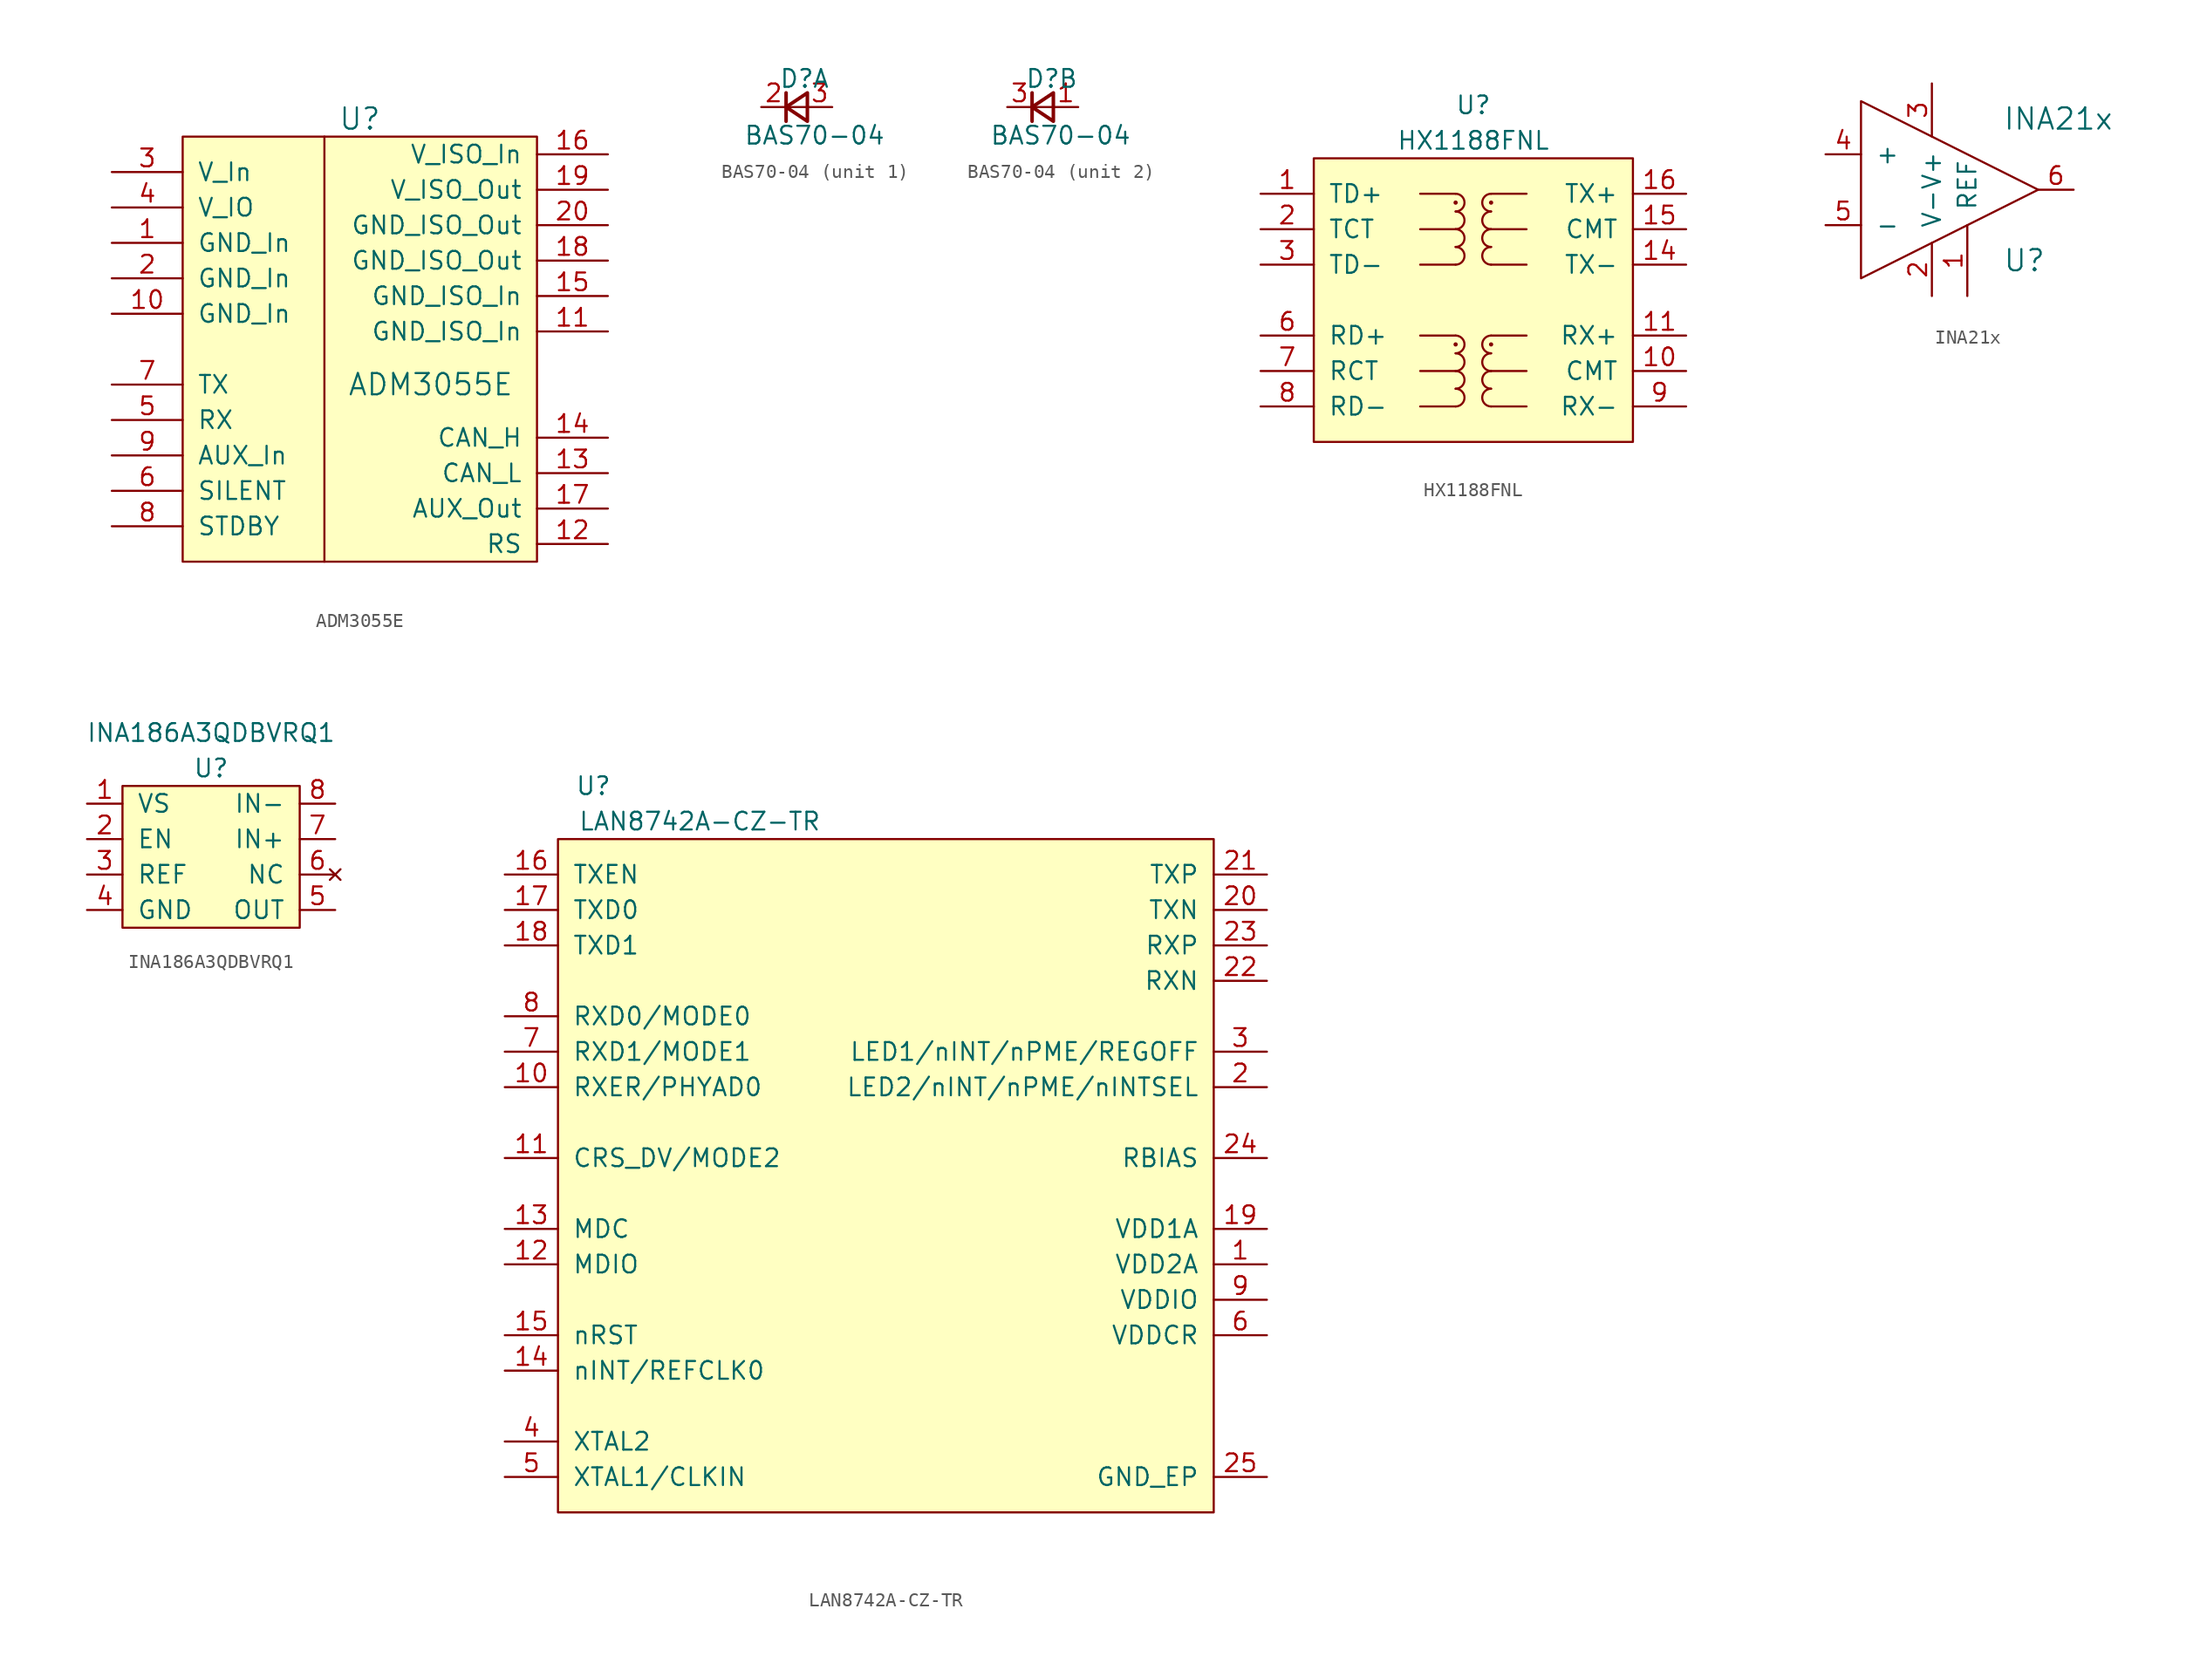
<source format=kicad_sym>
(kicad_symbol_lib
  (version 20231120)
  (generator "kicad_symbol_editor")
  (generator_version "8.0")
  (symbol "ADM3055E"
    (pin_names
      (offset 1.016))
    (property "Reference" "U"
      (at 0 16.51 0)
      (effects (font (size 1.524 1.524))))
    (property "Value" "ADM3055E"
      (at 5.08 -2.54 0)
      (effects (font (size 1.524 1.524))))
    (symbol "ADM3055E_0_1"
      (rectangle (start -12.7 15.24) (end 12.7 -15.24) (stroke (width 0) (type solid)) (fill (type background)))
      (polyline (pts (xy -2.54 15.24) (xy -2.54 -15.24)) (stroke (width 0) (type solid)) (fill (type none))))
    (symbol "ADM3055E_1_1"
      (pin power_in line (at -17.78 7.62 0) (length 5.08) (name "GND_In" (effects (font (size 1.27 1.27)))) (number "1" (effects (font (size 1.27 1.27)))))
      (pin power_in line (at -17.78 2.54 0) (length 5.08) (name "GND_In" (effects (font (size 1.27 1.27)))) (number "10" (effects (font (size 1.27 1.27)))))
      (pin power_in line (at 17.78 1.27 180) (length 5.08) (name "GND_ISO_In" (effects (font (size 1.27 1.27)))) (number "11" (effects (font (size 1.27 1.27)))))
      (pin input line (at 17.78 -13.97 180) (length 5.08) (name "RS" (effects (font (size 1.27 1.27)))) (number "12" (effects (font (size 1.27 1.27)))))
      (pin bidirectional line (at 17.78 -8.89 180) (length 5.08) (name "CAN_L" (effects (font (size 1.27 1.27)))) (number "13" (effects (font (size 1.27 1.27)))))
      (pin bidirectional line (at 17.78 -6.35 180) (length 5.08) (name "CAN_H" (effects (font (size 1.27 1.27)))) (number "14" (effects (font (size 1.27 1.27)))))
      (pin power_in line (at 17.78 3.81 180) (length 5.08) (name "GND_ISO_In" (effects (font (size 1.27 1.27)))) (number "15" (effects (font (size 1.27 1.27)))))
      (pin power_in line (at 17.78 13.97 180) (length 5.08) (name "V_ISO_In" (effects (font (size 1.27 1.27)))) (number "16" (effects (font (size 1.27 1.27)))))
      (pin output line (at 17.78 -11.43 180) (length 5.08) (name "AUX_Out" (effects (font (size 1.27 1.27)))) (number "17" (effects (font (size 1.27 1.27)))))
      (pin power_out line (at 17.78 6.35 180) (length 5.08) (name "GND_ISO_Out" (effects (font (size 1.27 1.27)))) (number "18" (effects (font (size 1.27 1.27)))))
      (pin power_out line (at 17.78 11.43 180) (length 5.08) (name "V_ISO_Out" (effects (font (size 1.27 1.27)))) (number "19" (effects (font (size 1.27 1.27)))))
      (pin power_in line (at -17.78 5.08 0) (length 5.08) (name "GND_In" (effects (font (size 1.27 1.27)))) (number "2" (effects (font (size 1.27 1.27)))))
      (pin power_out line (at 17.78 8.89 180) (length 5.08) (name "GND_ISO_Out" (effects (font (size 1.27 1.27)))) (number "20" (effects (font (size 1.27 1.27)))))
      (pin power_in line (at -17.78 12.7 0) (length 5.08) (name "V_In" (effects (font (size 1.27 1.27)))) (number "3" (effects (font (size 1.27 1.27)))))
      (pin power_in line (at -17.78 10.16 0) (length 5.08) (name "V_IO" (effects (font (size 1.27 1.27)))) (number "4" (effects (font (size 1.27 1.27)))))
      (pin output line (at -17.78 -5.08 0) (length 5.08) (name "RX" (effects (font (size 1.27 1.27)))) (number "5" (effects (font (size 1.27 1.27)))))
      (pin input line (at -17.78 -10.16 0) (length 5.08) (name "SILENT" (effects (font (size 1.27 1.27)))) (number "6" (effects (font (size 1.27 1.27)))))
      (pin input line (at -17.78 -2.54 0) (length 5.08) (name "TX" (effects (font (size 1.27 1.27)))) (number "7" (effects (font (size 1.27 1.27)))))
      (pin input line (at -17.78 -12.7 0) (length 5.08) (name "STDBY" (effects (font (size 1.27 1.27)))) (number "8" (effects (font (size 1.27 1.27)))))
      (pin input line (at -17.78 -7.62 0) (length 5.08) (name "AUX_In" (effects (font (size 1.27 1.27)))) (number "9" (effects (font (size 1.27 1.27)))))))
  (symbol "BAS70-04"
    (pin_names
      (offset 0.254) hide)
    (property "Reference" "D"
      (at -1.27 2.032 0)
      (effects (font (size 1.27 1.27)) (justify left)))
    (property "Value" "BAS70-04"
      (at -3.81 -2.032 0)
      (effects (font (size 1.27 1.27)) (justify left)))
    (property "ki_locked" ""
      (at 0 0 0)
      (effects (font (size 1.27 1.27))))
    (symbol "BAS70-04_0_1"
      (polyline (pts (xy -0.762 -1.016) (xy -0.762 1.016)) (stroke (width 0.254) (type solid)) (fill (type none)))
      (polyline (pts (xy -0.762 0) (xy 0.762 0)) (stroke (width 0) (type solid)) (fill (type none)))
      (polyline (pts (xy 0.762 -1.016) (xy -0.762 0) (xy 0.762 1.016) (xy 0.762 -1.016)) (stroke (width 0.254) (type solid)) (fill (type none))))
    (symbol "BAS70-04_1_1"
      (pin power_in line (at -2.54 0 0) (length 1.778) (name "~" (effects (font (size 1.27 1.27)))) (number "2" (effects (font (size 1.27 1.27)))))
      (pin passive line (at 2.54 0 180) (length 1.778) (name "~" (effects (font (size 1.27 1.27)))) (number "3" (effects (font (size 1.27 1.27))))))
    (symbol "BAS70-04_2_1"
      (pin power_in line (at 2.54 0 180) (length 1.778) (name "~" (effects (font (size 1.27 1.27)))) (number "1" (effects (font (size 1.27 1.27)))))
      (pin passive line (at -2.54 0 0) (length 1.778) (name "~" (effects (font (size 1.27 1.27)))) (number "3" (effects (font (size 1.27 1.27)))))))
  (symbol "HX1188FNL"
    (pin_names
      (offset 1.016))
    (property "Reference" "U"
      (at 0 3.81 0)
      (effects (font (size 1.27 1.27))))
    (property "Value" "HX1188FNL"
      (at 0 1.27 0)
      (effects (font (size 1.27 1.27))))
    (symbol "HX1188FNL_0_1"
      (rectangle (start -11.43 0) (end 11.43 -20.32) (stroke (width 0) (type solid)) (fill (type background)))
      (rectangle (start -3.81 -5.08) (end -1.27 -5.08) (stroke (width 0) (type solid)) (fill (type none)))
      (rectangle (start -1.27 -17.78) (end -3.81 -17.78) (stroke (width 0) (type solid)) (fill (type none)))
      (arc (start -1.27 -17.78) (mid -0.6377 -17.145) (end -1.27 -16.51) (stroke (width 0) (type solid)) (fill (type none)))
      (arc (start -1.27 -16.51) (mid -0.6377 -15.875) (end -1.27 -15.24) (stroke (width 0) (type solid)) (fill (type none)))
      (rectangle (start -1.27 -15.24) (end -3.81 -15.24) (stroke (width 0) (type solid)) (fill (type none)))
      (arc (start -1.27 -15.24) (mid -0.6377 -14.605) (end -1.27 -13.97) (stroke (width 0) (type solid)) (fill (type none)))
      (arc (start -1.27 -13.97) (mid -0.6377 -13.335) (end -1.27 -12.7) (stroke (width 0) (type solid)) (fill (type none)))
      (circle (center -1.27 -13.335) (radius 0.0001) (stroke (width 0) (type solid)) (fill (type none)))
      (rectangle (start -1.27 -12.7) (end -3.81 -12.7) (stroke (width 0) (type solid)) (fill (type none)))
      (rectangle (start -1.27 -7.62) (end -3.81 -7.62) (stroke (width 0) (type solid)) (fill (type none)))
      (arc (start -1.27 -7.62) (mid -0.6377 -6.985) (end -1.27 -6.35) (stroke (width 0) (type solid)) (fill (type none)))
      (arc (start -1.27 -6.35) (mid -0.6377 -5.715) (end -1.27 -5.08) (stroke (width 0) (type solid)) (fill (type none)))
      (arc (start -1.27 -5.08) (mid -0.6377 -4.445) (end -1.27 -3.81) (stroke (width 0) (type solid)) (fill (type none)))
      (arc (start -1.27 -3.81) (mid -0.6377 -3.175) (end -1.27 -2.54) (stroke (width 0) (type solid)) (fill (type none)))
      (circle (center -1.27 -3.175) (radius 0.0001) (stroke (width 0) (type solid)) (fill (type none)))
      (rectangle (start -1.27 -2.54) (end -3.81 -2.54) (stroke (width 0) (type solid)) (fill (type none)))
      (rectangle (start 1.27 -17.78) (end 3.81 -17.78) (stroke (width 0) (type solid)) (fill (type none)))
      (arc (start 1.27 -16.51) (mid 0.6377 -17.145) (end 1.27 -17.78) (stroke (width 0) (type solid)) (fill (type none)))
      (arc (start 1.27 -15.24) (mid 0.6377 -15.875) (end 1.27 -16.51) (stroke (width 0) (type solid)) (fill (type none)))
      (rectangle (start 1.27 -15.24) (end 3.81 -15.24) (stroke (width 0) (type solid)) (fill (type none)))
      (arc (start 1.27 -13.97) (mid 0.6377 -14.605) (end 1.27 -15.24) (stroke (width 0) (type solid)) (fill (type none)))
      (circle (center 1.27 -13.335) (radius 0.0001) (stroke (width 0) (type solid)) (fill (type none)))
      (arc (start 1.27 -12.7) (mid 0.6377 -13.335) (end 1.27 -13.97) (stroke (width 0) (type solid)) (fill (type none)))
      (rectangle (start 1.27 -12.7) (end 3.81 -12.7) (stroke (width 0) (type solid)) (fill (type none)))
      (rectangle (start 1.27 -7.62) (end 3.81 -7.62) (stroke (width 0) (type solid)) (fill (type none)))
      (arc (start 1.27 -6.35) (mid 0.6377 -6.985) (end 1.27 -7.62) (stroke (width 0) (type solid)) (fill (type none)))
      (arc (start 1.27 -5.08) (mid 0.6377 -5.715) (end 1.27 -6.35) (stroke (width 0) (type solid)) (fill (type none)))
      (rectangle (start 1.27 -5.08) (end 3.81 -5.08) (stroke (width 0) (type solid)) (fill (type none)))
      (arc (start 1.27 -3.81) (mid 0.6377 -4.445) (end 1.27 -5.08) (stroke (width 0) (type solid)) (fill (type none)))
      (circle (center 1.27 -3.175) (radius 0.0001) (stroke (width 0) (type solid)) (fill (type none)))
      (arc (start 1.27 -2.54) (mid 0.6377 -3.175) (end 1.27 -3.81) (stroke (width 0) (type solid)) (fill (type none)))
      (rectangle (start 1.27 -2.54) (end 3.81 -2.54) (stroke (width 0) (type solid)) (fill (type none))))
    (symbol "HX1188FNL_1_1"
      (pin bidirectional line (at -15.24 -2.54 0) (length 3.81) (name "TD+" (effects (font (size 1.27 1.27)))) (number "1" (effects (font (size 1.27 1.27)))))
      (pin bidirectional line (at 15.24 -15.24 180) (length 3.81) (name "CMT" (effects (font (size 1.27 1.27)))) (number "10" (effects (font (size 1.27 1.27)))))
      (pin bidirectional line (at 15.24 -12.7 180) (length 3.81) (name "RX+" (effects (font (size 1.27 1.27)))) (number "11" (effects (font (size 1.27 1.27)))))
      (pin bidirectional line (at 15.24 -7.62 180) (length 3.81) (name "TX-" (effects (font (size 1.27 1.27)))) (number "14" (effects (font (size 1.27 1.27)))))
      (pin bidirectional line (at 15.24 -5.08 180) (length 3.81) (name "CMT" (effects (font (size 1.27 1.27)))) (number "15" (effects (font (size 1.27 1.27)))))
      (pin bidirectional line (at 15.24 -2.54 180) (length 3.81) (name "TX+" (effects (font (size 1.27 1.27)))) (number "16" (effects (font (size 1.27 1.27)))))
      (pin bidirectional line (at -15.24 -5.08 0) (length 3.81) (name "TCT" (effects (font (size 1.27 1.27)))) (number "2" (effects (font (size 1.27 1.27)))))
      (pin bidirectional line (at -15.24 -7.62 0) (length 3.81) (name "TD-" (effects (font (size 1.27 1.27)))) (number "3" (effects (font (size 1.27 1.27)))))
      (pin bidirectional line (at -15.24 -12.7 0) (length 3.81) (name "RD+" (effects (font (size 1.27 1.27)))) (number "6" (effects (font (size 1.27 1.27)))))
      (pin bidirectional line (at -15.24 -15.24 0) (length 3.81) (name "RCT" (effects (font (size 1.27 1.27)))) (number "7" (effects (font (size 1.27 1.27)))))
      (pin bidirectional line (at -15.24 -17.78 0) (length 3.81) (name "RD-" (effects (font (size 1.27 1.27)))) (number "8" (effects (font (size 1.27 1.27)))))
      (pin bidirectional line (at 15.24 -17.78 180) (length 3.81) (name "RX-" (effects (font (size 1.27 1.27)))) (number "9" (effects (font (size 1.27 1.27)))))))
  (symbol "INA21x"
    (pin_names
      (offset 1.016))
    (property "Reference" "U"
      (at 5.08 -5.08 0)
      (effects (font (size 1.524 1.524)) (justify left)))
    (property "Value" "INA21x"
      (at 5.08 5.08 0)
      (effects (font (size 1.524 1.524)) (justify left)))
    (symbol "INA21x_0_1"
      (polyline (pts (xy -5.08 6.35) (xy 7.62 0) (xy -5.08 -6.35) (xy -5.08 6.35)) (stroke (width 0) (type solid)) (fill (type none))))
    (symbol "INA21x_1_1"
      (pin input line (at 2.54 -7.62 90) (length 5.08) (name "REF" (effects (font (size 1.27 1.27)))) (number "1" (effects (font (size 1.27 1.27)))))
      (pin power_in line (at 0 -7.62 90) (length 3.81) (name "V-" (effects (font (size 1.27 1.27)))) (number "2" (effects (font (size 1.27 1.27)))))
      (pin power_in line (at 0 7.62 270) (length 3.81) (name "V+" (effects (font (size 1.27 1.27)))) (number "3" (effects (font (size 1.27 1.27)))))
      (pin input line (at -7.62 2.54 0) (length 2.54) (name "+" (effects (font (size 1.27 1.27)))) (number "4" (effects (font (size 1.27 1.27)))))
      (pin input line (at -7.62 -2.54 0) (length 2.54) (name "-" (effects (font (size 1.27 1.27)))) (number "5" (effects (font (size 1.27 1.27)))))
      (pin output line (at 10.16 0 180) (length 2.54) (name "~" (effects (font (size 1.27 1.27)))) (number "6" (effects (font (size 1.27 1.27)))))))
  (symbol "INA186A3QDBVRQ1"
    (pin_names
      (offset 1.016))
    (property "Reference" "U"
      (at 0 5.08 0)
      (effects (font (size 1.27 1.27))))
    (property "Value" "INA186A3QDBVRQ1"
      (at 0 7.62 0)
      (effects (font (size 1.27 1.27))))
    (symbol "INA186A3QDBVRQ1_0_1"
      (rectangle (start 6.35 -6.35) (end -6.35 3.81) (stroke (width 0) (type solid)) (fill (type background))))
    (symbol "INA186A3QDBVRQ1_1_1"
      (pin power_in line (at -8.89 2.54 0) (length 2.54) (name "VS" (effects (font (size 1.27 1.27)))) (number "1" (effects (font (size 1.27 1.27)))))
      (pin input line (at -8.89 0 0) (length 2.54) (name "EN" (effects (font (size 1.27 1.27)))) (number "2" (effects (font (size 1.27 1.27)))))
      (pin input line (at -8.89 -2.54 0) (length 2.54) (name "REF" (effects (font (size 1.27 1.27)))) (number "3" (effects (font (size 1.27 1.27)))))
      (pin power_in line (at -8.89 -5.08 0) (length 2.54) (name "GND" (effects (font (size 1.27 1.27)))) (number "4" (effects (font (size 1.27 1.27)))))
      (pin output line (at 8.89 -5.08 180) (length 2.54) (name "OUT" (effects (font (size 1.27 1.27)))) (number "5" (effects (font (size 1.27 1.27)))))
      (pin no_connect line (at 8.89 -2.54 180) (length 2.54) (name "NC" (effects (font (size 1.27 1.27)))) (number "6" (effects (font (size 1.27 1.27)))))
      (pin input line (at 8.89 0 180) (length 2.54) (name "IN+" (effects (font (size 1.27 1.27)))) (number "7" (effects (font (size 1.27 1.27)))))
      (pin input line (at 8.89 2.54 180) (length 2.54) (name "IN-" (effects (font (size 1.27 1.27)))) (number "8" (effects (font (size 1.27 1.27)))))))
  (symbol "LAN8742A-CZ-TR"
    (pin_names
      (offset 1.016))
    (property "Reference" "U"
      (at -15.24 3.81 0)
      (effects (font (size 1.27 1.27))))
    (property "Value" "LAN8742A-CZ-TR"
      (at -7.62 1.27 0)
      (effects (font (size 1.27 1.27))))
    (symbol "LAN8742A-CZ-TR_0_1"
      (rectangle (start -17.78 0) (end 29.21 -48.26) (stroke (width 0) (type solid)) (fill (type background))))
    (symbol "LAN8742A-CZ-TR_1_1"
      (pin power_in line (at 33.02 -30.48 180) (length 3.81) (name "VDD2A" (effects (font (size 1.27 1.27)))) (number "1" (effects (font (size 1.27 1.27)))))
      (pin output line (at -21.59 -17.78 0) (length 3.81) (name "RXER/PHYAD0" (effects (font (size 1.27 1.27)))) (number "10" (effects (font (size 1.27 1.27)))))
      (pin output line (at -21.59 -22.86 0) (length 3.81) (name "CRS_DV/MODE2" (effects (font (size 1.27 1.27)))) (number "11" (effects (font (size 1.27 1.27)))))
      (pin output line (at -21.59 -30.48 0) (length 3.81) (name "MDIO" (effects (font (size 1.27 1.27)))) (number "12" (effects (font (size 1.27 1.27)))))
      (pin input line (at -21.59 -27.94 0) (length 3.81) (name "MDC" (effects (font (size 1.27 1.27)))) (number "13" (effects (font (size 1.27 1.27)))))
      (pin output line (at -21.59 -38.1 0) (length 3.81) (name "nINT/REFCLK0" (effects (font (size 1.27 1.27)))) (number "14" (effects (font (size 1.27 1.27)))))
      (pin bidirectional line (at -21.59 -35.56 0) (length 3.81) (name "nRST" (effects (font (size 1.27 1.27)))) (number "15" (effects (font (size 1.27 1.27)))))
      (pin input line (at -21.59 -2.54 0) (length 3.81) (name "TXEN" (effects (font (size 1.27 1.27)))) (number "16" (effects (font (size 1.27 1.27)))))
      (pin input line (at -21.59 -5.08 0) (length 3.81) (name "TXD0" (effects (font (size 1.27 1.27)))) (number "17" (effects (font (size 1.27 1.27)))))
      (pin input line (at -21.59 -7.62 0) (length 3.81) (name "TXD1" (effects (font (size 1.27 1.27)))) (number "18" (effects (font (size 1.27 1.27)))))
      (pin power_in line (at 33.02 -27.94 180) (length 3.81) (name "VDD1A" (effects (font (size 1.27 1.27)))) (number "19" (effects (font (size 1.27 1.27)))))
      (pin bidirectional line (at 33.02 -17.78 180) (length 3.81) (name "LED2/nINT/nPME/nINTSEL" (effects (font (size 1.27 1.27)))) (number "2" (effects (font (size 1.27 1.27)))))
      (pin output line (at 33.02 -5.08 180) (length 3.81) (name "TXN" (effects (font (size 1.27 1.27)))) (number "20" (effects (font (size 1.27 1.27)))))
      (pin output line (at 33.02 -2.54 180) (length 3.81) (name "TXP" (effects (font (size 1.27 1.27)))) (number "21" (effects (font (size 1.27 1.27)))))
      (pin input line (at 33.02 -10.16 180) (length 3.81) (name "RXN" (effects (font (size 1.27 1.27)))) (number "22" (effects (font (size 1.27 1.27)))))
      (pin input line (at 33.02 -7.62 180) (length 3.81) (name "RXP" (effects (font (size 1.27 1.27)))) (number "23" (effects (font (size 1.27 1.27)))))
      (pin passive line (at 33.02 -22.86 180) (length 3.81) (name "RBIAS" (effects (font (size 1.27 1.27)))) (number "24" (effects (font (size 1.27 1.27)))))
      (pin power_in line (at 33.02 -45.72 180) (length 3.81) (name "GND_EP" (effects (font (size 1.27 1.27)))) (number "25" (effects (font (size 1.27 1.27)))))
      (pin bidirectional line (at 33.02 -15.24 180) (length 3.81) (name "LED1/nINT/nPME/REGOFF" (effects (font (size 1.27 1.27)))) (number "3" (effects (font (size 1.27 1.27)))))
      (pin passive line (at -21.59 -43.18 0) (length 3.81) (name "XTAL2" (effects (font (size 1.27 1.27)))) (number "4" (effects (font (size 1.27 1.27)))))
      (pin passive line (at -21.59 -45.72 0) (length 3.81) (name "XTAL1/CLKIN" (effects (font (size 1.27 1.27)))) (number "5" (effects (font (size 1.27 1.27)))))
      (pin power_in line (at 33.02 -35.56 180) (length 3.81) (name "VDDCR" (effects (font (size 1.27 1.27)))) (number "6" (effects (font (size 1.27 1.27)))))
      (pin output line (at -21.59 -15.24 0) (length 3.81) (name "RXD1/MODE1" (effects (font (size 1.27 1.27)))) (number "7" (effects (font (size 1.27 1.27)))))
      (pin output line (at -21.59 -12.7 0) (length 3.81) (name "RXD0/MODE0" (effects (font (size 1.27 1.27)))) (number "8" (effects (font (size 1.27 1.27)))))
      (pin power_in line (at 33.02 -33.02 180) (length 3.81) (name "VDDIO" (effects (font (size 1.27 1.27)))) (number "9" (effects (font (size 1.27 1.27))))))))
</source>
